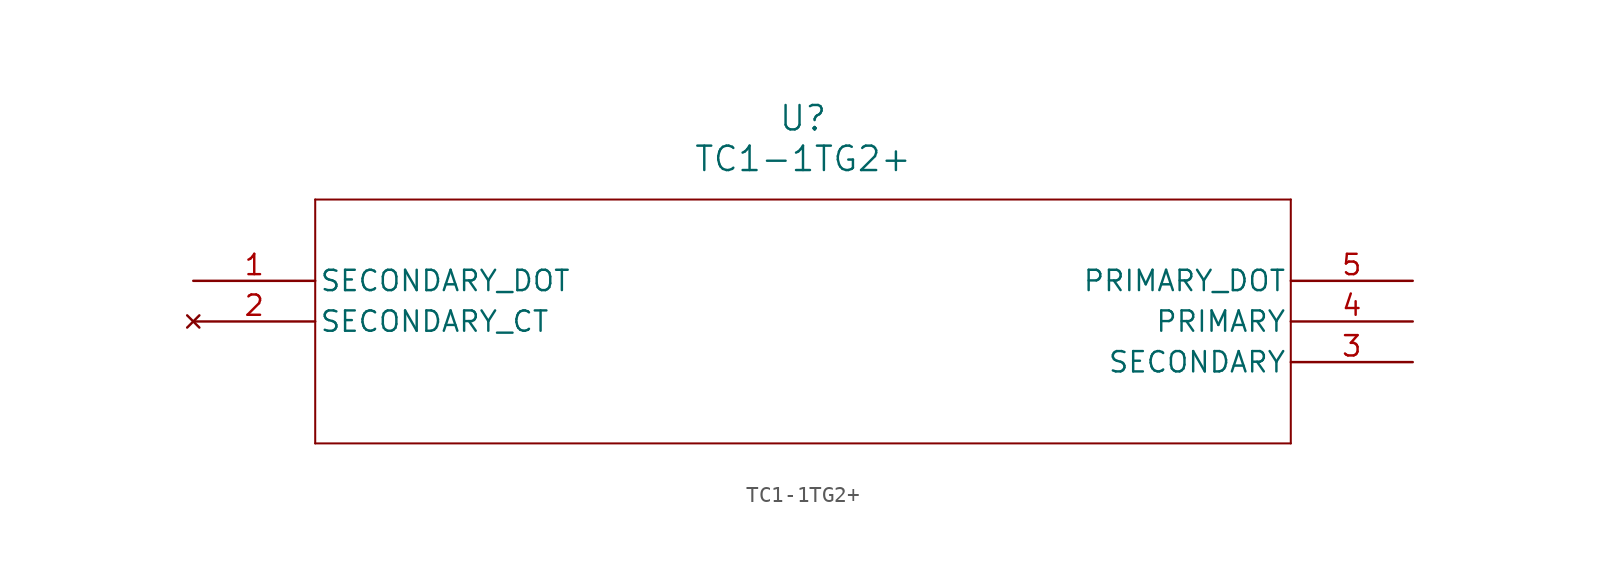
<source format=kicad_sym>
(kicad_symbol_lib
  (version 20211014)
  (generator kicad_symbol_editor)
  (symbol "TC1-1TG2+"
    (pin_names
      (offset 0.254))
    (property "Reference" "U"
      (at 38.1 10.16 0)
      (effects (font (size 1.524 1.524))))
    (property "Value" "TC1-1TG2+"
      (at 38.1 7.62 0)
      (effects (font (size 1.524 1.524))))
    (symbol "TC1-1TG2+_0_1"
      (polyline (pts (xy 7.62 5.08) (xy 7.62 -10.16)) (stroke (width 0.127) (type default) (color 0 0 0 0)) (fill (type none)))
      (polyline (pts (xy 7.62 -10.16) (xy 68.58 -10.16)) (stroke (width 0.127) (type default) (color 0 0 0 0)) (fill (type none)))
      (polyline (pts (xy 68.58 -10.16) (xy 68.58 5.08)) (stroke (width 0.127) (type default) (color 0 0 0 0)) (fill (type none)))
      (polyline (pts (xy 68.58 5.08) (xy 7.62 5.08)) (stroke (width 0.127) (type default) (color 0 0 0 0)) (fill (type none)))
      (pin unspecified line (at 0 0 0) (length 7.62) (name "SECONDARY DOT" (effects (font (size 1.27 1.27)))) (number "1" (effects (font (size 1.27 1.27)))))
      (pin no_connect line (at 0 -2.54 0) (length 7.62) (name "SECONDARY CT" (effects (font (size 1.27 1.27)))) (number "2" (effects (font (size 1.27 1.27)))))
      (pin unspecified line (at 76.2 -5.08 180) (length 7.62) (name "SECONDARY" (effects (font (size 1.27 1.27)))) (number "3" (effects (font (size 1.27 1.27)))))
      (pin unspecified line (at 76.2 -2.54 180) (length 7.62) (name "PRIMARY" (effects (font (size 1.27 1.27)))) (number "4" (effects (font (size 1.27 1.27)))))
      (pin unspecified line (at 76.2 0 180) (length 7.62) (name "PRIMARY DOT" (effects (font (size 1.27 1.27)))) (number "5" (effects (font (size 1.27 1.27))))))))
</source>
